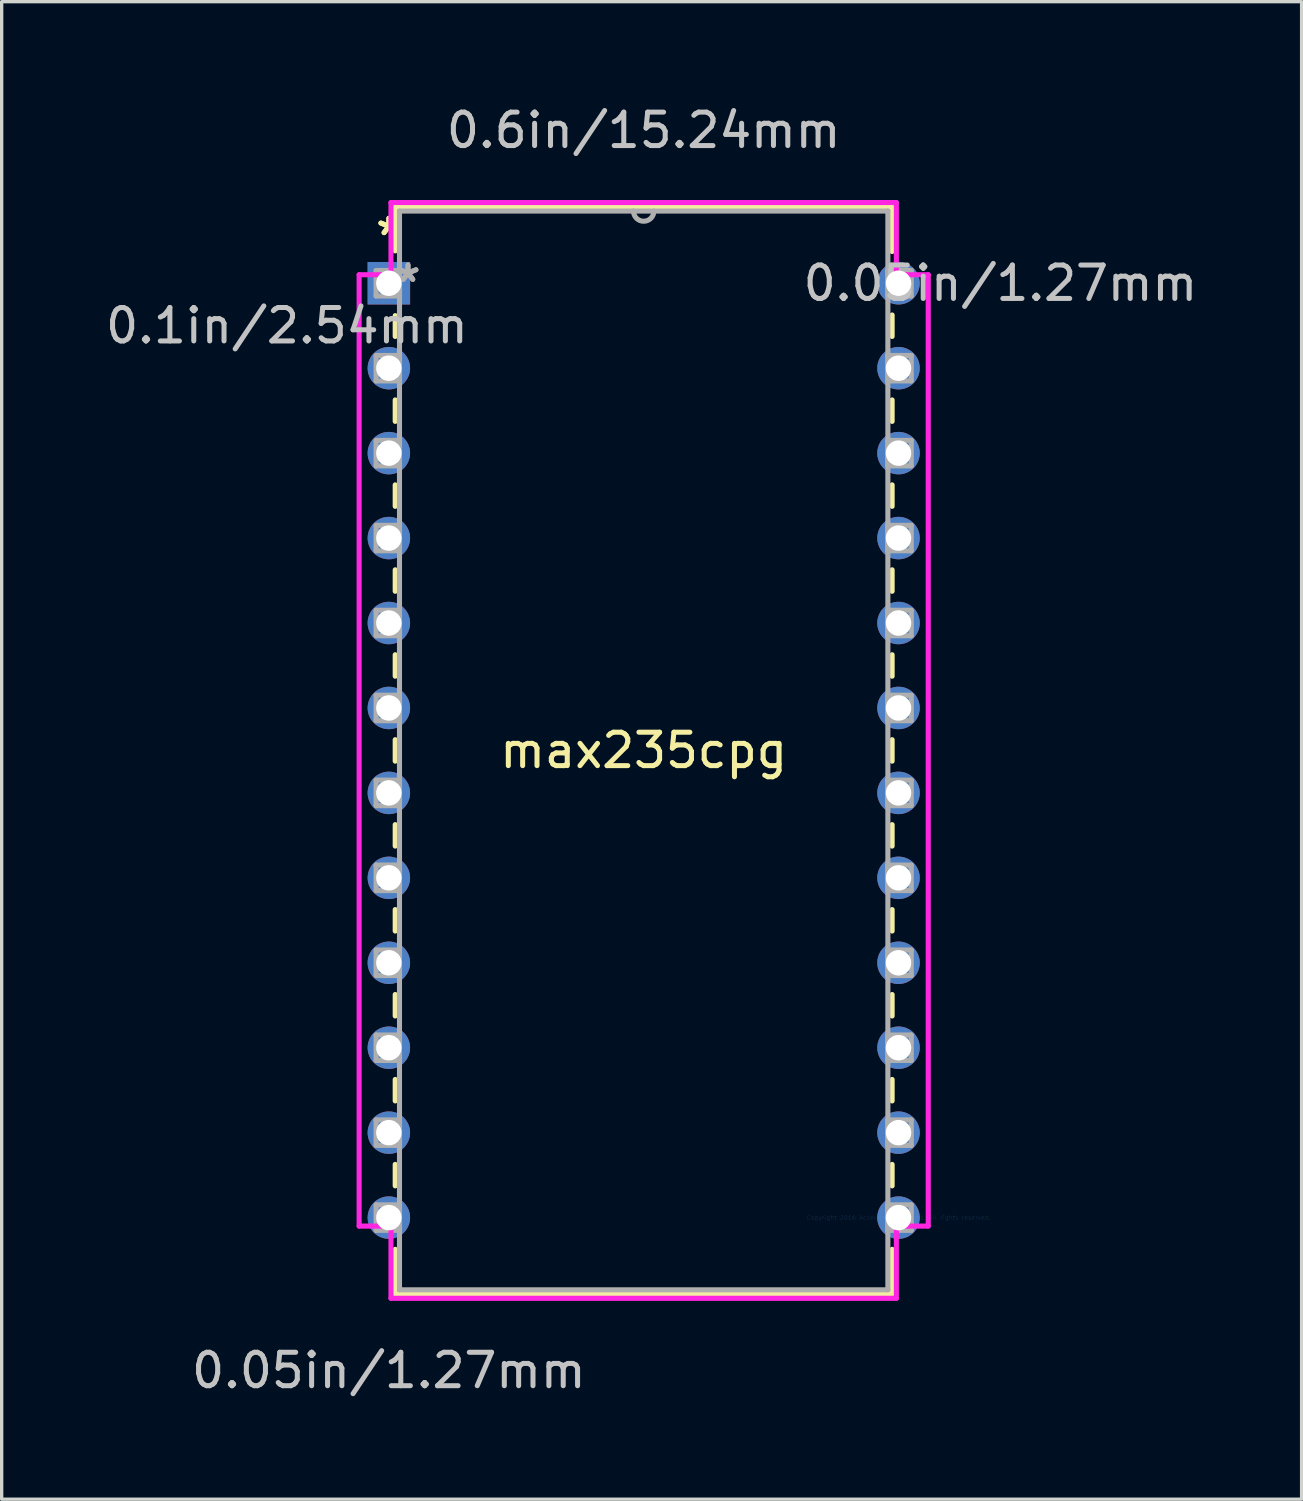
<source format=kicad_pcb>
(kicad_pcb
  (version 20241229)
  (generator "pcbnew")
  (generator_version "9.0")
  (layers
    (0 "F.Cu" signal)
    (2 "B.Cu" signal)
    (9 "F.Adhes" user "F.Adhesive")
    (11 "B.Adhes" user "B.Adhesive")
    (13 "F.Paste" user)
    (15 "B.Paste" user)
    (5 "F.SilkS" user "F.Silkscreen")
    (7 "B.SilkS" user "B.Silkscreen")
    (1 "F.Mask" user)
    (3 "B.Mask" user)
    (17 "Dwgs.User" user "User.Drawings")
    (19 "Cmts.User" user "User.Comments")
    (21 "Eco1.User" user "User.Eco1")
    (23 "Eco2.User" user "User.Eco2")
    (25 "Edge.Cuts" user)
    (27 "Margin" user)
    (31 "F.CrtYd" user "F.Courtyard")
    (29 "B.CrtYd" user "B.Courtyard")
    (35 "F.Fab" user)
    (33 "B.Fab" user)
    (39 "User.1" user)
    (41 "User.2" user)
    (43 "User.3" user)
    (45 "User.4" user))
  (footprint "max235cpg"
    (layer "F.Cu")
    (at 23.818 33.36)
    (property "Reference" "max235cpg" (at -7.62 -13.97 0) (layer "F.SilkS") (effects (font (size 1 1) (thickness 0.15))))
    (attr through_hole)
    (fp_line (start -15.05 -30.226) (end -15.05 -28.908) (stroke (width 0.152) (type solid)) (layer "F.SilkS"))
    (fp_line (start -15.05 -26.972) (end -15.05 -26.349) (stroke (width 0.152) (type solid)) (layer "F.SilkS"))
    (fp_line (start -15.05 -24.451) (end -15.05 -23.809) (stroke (width 0.152) (type solid)) (layer "F.SilkS"))
    (fp_line (start -15.05 -21.911) (end -15.05 -21.269) (stroke (width 0.152) (type solid)) (layer "F.SilkS"))
    (fp_line (start -15.05 -19.371) (end -15.05 -18.729) (stroke (width 0.152) (type solid)) (layer "F.SilkS"))
    (fp_line (start -15.05 -16.831) (end -15.05 -16.189) (stroke (width 0.152) (type solid)) (layer "F.SilkS"))
    (fp_line (start -15.05 -14.291) (end -15.05 -13.649) (stroke (width 0.152) (type solid)) (layer "F.SilkS"))
    (fp_line (start -15.05 -11.751) (end -15.05 -11.109) (stroke (width 0.152) (type solid)) (layer "F.SilkS"))
    (fp_line (start -15.05 -9.211) (end -15.05 -8.569) (stroke (width 0.152) (type solid)) (layer "F.SilkS"))
    (fp_line (start -15.05 -6.671) (end -15.05 -6.029) (stroke (width 0.152) (type solid)) (layer "F.SilkS"))
    (fp_line (start -15.05 -4.131) (end -15.05 -3.489) (stroke (width 0.152) (type solid)) (layer "F.SilkS"))
    (fp_line (start -15.05 -1.591) (end -15.05 -0.949) (stroke (width 0.152) (type solid)) (layer "F.SilkS"))
    (fp_line (start -15.05 0.949) (end -15.05 2.286) (stroke (width 0.152) (type solid)) (layer "F.SilkS"))
    (fp_line (start -15.05 2.286) (end -0.191 2.286) (stroke (width 0.152) (type solid)) (layer "F.SilkS"))
    (fp_line (start -0.191 -30.226) (end -15.05 -30.226) (stroke (width 0.152) (type solid)) (layer "F.SilkS"))
    (fp_line (start -0.191 -28.889) (end -0.191 -30.226) (stroke (width 0.152) (type solid)) (layer "F.SilkS"))
    (fp_line (start -0.191 -26.349) (end -0.191 -26.991) (stroke (width 0.152) (type solid)) (layer "F.SilkS"))
    (fp_line (start -0.191 -23.809) (end -0.191 -24.451) (stroke (width 0.152) (type solid)) (layer "F.SilkS"))
    (fp_line (start -0.191 -21.269) (end -0.191 -21.911) (stroke (width 0.152) (type solid)) (layer "F.SilkS"))
    (fp_line (start -0.191 -18.729) (end -0.191 -19.371) (stroke (width 0.152) (type solid)) (layer "F.SilkS"))
    (fp_line (start -0.191 -16.189) (end -0.191 -16.831) (stroke (width 0.152) (type solid)) (layer "F.SilkS"))
    (fp_line (start -0.191 -13.649) (end -0.191 -14.291) (stroke (width 0.152) (type solid)) (layer "F.SilkS"))
    (fp_line (start -0.191 -11.109) (end -0.191 -11.751) (stroke (width 0.152) (type solid)) (layer "F.SilkS"))
    (fp_line (start -0.191 -8.569) (end -0.191 -9.211) (stroke (width 0.152) (type solid)) (layer "F.SilkS"))
    (fp_line (start -0.191 -6.029) (end -0.191 -6.671) (stroke (width 0.152) (type solid)) (layer "F.SilkS"))
    (fp_line (start -0.191 -3.489) (end -0.191 -4.131) (stroke (width 0.152) (type solid)) (layer "F.SilkS"))
    (fp_line (start -0.191 -0.949) (end -0.191 -1.591) (stroke (width 0.152) (type solid)) (layer "F.SilkS"))
    (fp_line (start -0.191 2.286) (end -0.191 0.949) (stroke (width 0.152) (type solid)) (layer "F.SilkS"))
    (fp_line (start -16.129 -28.194) (end -16.129 0.254) (stroke (width 0.152) (type solid)) (layer "F.CrtYd"))
    (fp_line (start -16.129 0.254) (end -15.177 0.254) (stroke (width 0.152) (type solid)) (layer "F.CrtYd"))
    (fp_line (start -15.177 -30.353) (end -15.177 -28.194) (stroke (width 0.152) (type solid)) (layer "F.CrtYd"))
    (fp_line (start -15.177 -28.194) (end -16.129 -28.194) (stroke (width 0.152) (type solid)) (layer "F.CrtYd"))
    (fp_line (start -15.177 0.254) (end -15.177 2.413) (stroke (width 0.152) (type solid)) (layer "F.CrtYd"))
    (fp_line (start -15.177 2.413) (end -0.064 2.413) (stroke (width 0.152) (type solid)) (layer "F.CrtYd"))
    (fp_line (start -0.064 -30.353) (end -15.177 -30.353) (stroke (width 0.152) (type solid)) (layer "F.CrtYd"))
    (fp_line (start -0.064 -28.194) (end -0.064 -30.353) (stroke (width 0.152) (type solid)) (layer "F.CrtYd"))
    (fp_line (start -0.064 0.254) (end 0.889 0.254) (stroke (width 0.152) (type solid)) (layer "F.CrtYd"))
    (fp_line (start -0.064 2.413) (end -0.064 0.254) (stroke (width 0.152) (type solid)) (layer "F.CrtYd"))
    (fp_line (start 0.889 -28.194) (end -0.064 -28.194) (stroke (width 0.152) (type solid)) (layer "F.CrtYd"))
    (fp_line (start 0.889 0.254) (end 0.889 -28.194) (stroke (width 0.152) (type solid)) (layer "F.CrtYd"))
    (fp_line (start -15.621 -28.321) (end -15.621 -27.559) (stroke (width 0.152) (type solid)) (layer "F.Fab"))
    (fp_line (start -15.621 -27.559) (end -14.922 -27.559) (stroke (width 0.152) (type solid)) (layer "F.Fab"))
    (fp_line (start -15.621 -25.781) (end -15.621 -25.019) (stroke (width 0.152) (type solid)) (layer "F.Fab"))
    (fp_line (start -15.621 -25.019) (end -14.922 -25.019) (stroke (width 0.152) (type solid)) (layer "F.Fab"))
    (fp_line (start -15.621 -23.241) (end -15.621 -22.479) (stroke (width 0.152) (type solid)) (layer "F.Fab"))
    (fp_line (start -15.621 -22.479) (end -14.922 -22.479) (stroke (width 0.152) (type solid)) (layer "F.Fab"))
    (fp_line (start -15.621 -20.701) (end -15.621 -19.939) (stroke (width 0.152) (type solid)) (layer "F.Fab"))
    (fp_line (start -15.621 -19.939) (end -14.922 -19.939) (stroke (width 0.152) (type solid)) (layer "F.Fab"))
    (fp_line (start -15.621 -18.161) (end -15.621 -17.399) (stroke (width 0.152) (type solid)) (layer "F.Fab"))
    (fp_line (start -15.621 -17.399) (end -14.922 -17.399) (stroke (width 0.152) (type solid)) (layer "F.Fab"))
    (fp_line (start -15.621 -15.621) (end -15.621 -14.859) (stroke (width 0.152) (type solid)) (layer "F.Fab"))
    (fp_line (start -15.621 -14.859) (end -14.922 -14.859) (stroke (width 0.152) (type solid)) (layer "F.Fab"))
    (fp_line (start -15.621 -13.081) (end -15.621 -12.319) (stroke (width 0.152) (type solid)) (layer "F.Fab"))
    (fp_line (start -15.621 -12.319) (end -14.922 -12.319) (stroke (width 0.152) (type solid)) (layer "F.Fab"))
    (fp_line (start -15.621 -10.541) (end -15.621 -9.779) (stroke (width 0.152) (type solid)) (layer "F.Fab"))
    (fp_line (start -15.621 -9.779) (end -14.922 -9.779) (stroke (width 0.152) (type solid)) (layer "F.Fab"))
    (fp_line (start -15.621 -8.001) (end -15.621 -7.239) (stroke (width 0.152) (type solid)) (layer "F.Fab"))
    (fp_line (start -15.621 -7.239) (end -14.922 -7.239) (stroke (width 0.152) (type solid)) (layer "F.Fab"))
    (fp_line (start -15.621 -5.461) (end -15.621 -4.699) (stroke (width 0.152) (type solid)) (layer "F.Fab"))
    (fp_line (start -15.621 -4.699) (end -14.922 -4.699) (stroke (width 0.152) (type solid)) (layer "F.Fab"))
    (fp_line (start -15.621 -2.921) (end -15.621 -2.159) (stroke (width 0.152) (type solid)) (layer "F.Fab"))
    (fp_line (start -15.621 -2.159) (end -14.922 -2.159) (stroke (width 0.152) (type solid)) (layer "F.Fab"))
    (fp_line (start -15.621 -0.381) (end -15.621 0.381) (stroke (width 0.152) (type solid)) (layer "F.Fab"))
    (fp_line (start -15.621 0.381) (end -14.922 0.381) (stroke (width 0.152) (type solid)) (layer "F.Fab"))
    (fp_line (start -14.922 -30.099) (end -14.922 2.159) (stroke (width 0.152) (type solid)) (layer "F.Fab"))
    (fp_line (start -14.922 -28.321) (end -15.621 -28.321) (stroke (width 0.152) (type solid)) (layer "F.Fab"))
    (fp_line (start -14.922 -27.559) (end -14.922 -28.321) (stroke (width 0.152) (type solid)) (layer "F.Fab"))
    (fp_line (start -14.922 -25.781) (end -15.621 -25.781) (stroke (width 0.152) (type solid)) (layer "F.Fab"))
    (fp_line (start -14.922 -25.019) (end -14.922 -25.781) (stroke (width 0.152) (type solid)) (layer "F.Fab"))
    (fp_line (start -14.922 -23.241) (end -15.621 -23.241) (stroke (width 0.152) (type solid)) (layer "F.Fab"))
    (fp_line (start -14.922 -22.479) (end -14.922 -23.241) (stroke (width 0.152) (type solid)) (layer "F.Fab"))
    (fp_line (start -14.922 -20.701) (end -15.621 -20.701) (stroke (width 0.152) (type solid)) (layer "F.Fab"))
    (fp_line (start -14.922 -19.939) (end -14.922 -20.701) (stroke (width 0.152) (type solid)) (layer "F.Fab"))
    (fp_line (start -14.922 -18.161) (end -15.621 -18.161) (stroke (width 0.152) (type solid)) (layer "F.Fab"))
    (fp_line (start -14.922 -17.399) (end -14.922 -18.161) (stroke (width 0.152) (type solid)) (layer "F.Fab"))
    (fp_line (start -14.922 -15.621) (end -15.621 -15.621) (stroke (width 0.152) (type solid)) (layer "F.Fab"))
    (fp_line (start -14.922 -14.859) (end -14.922 -15.621) (stroke (width 0.152) (type solid)) (layer "F.Fab"))
    (fp_line (start -14.922 -13.081) (end -15.621 -13.081) (stroke (width 0.152) (type solid)) (layer "F.Fab"))
    (fp_line (start -14.922 -12.319) (end -14.922 -13.081) (stroke (width 0.152) (type solid)) (layer "F.Fab"))
    (fp_line (start -14.922 -10.541) (end -15.621 -10.541) (stroke (width 0.152) (type solid)) (layer "F.Fab"))
    (fp_line (start -14.922 -9.779) (end -14.922 -10.541) (stroke (width 0.152) (type solid)) (layer "F.Fab"))
    (fp_line (start -14.922 -8.001) (end -15.621 -8.001) (stroke (width 0.152) (type solid)) (layer "F.Fab"))
    (fp_line (start -14.922 -7.239) (end -14.922 -8.001) (stroke (width 0.152) (type solid)) (layer "F.Fab"))
    (fp_line (start -14.922 -5.461) (end -15.621 -5.461) (stroke (width 0.152) (type solid)) (layer "F.Fab"))
    (fp_line (start -14.922 -4.699) (end -14.922 -5.461) (stroke (width 0.152) (type solid)) (layer "F.Fab"))
    (fp_line (start -14.922 -2.921) (end -15.621 -2.921) (stroke (width 0.152) (type solid)) (layer "F.Fab"))
    (fp_line (start -14.922 -2.159) (end -14.922 -2.921) (stroke (width 0.152) (type solid)) (layer "F.Fab"))
    (fp_line (start -14.922 -0.381) (end -15.621 -0.381) (stroke (width 0.152) (type solid)) (layer "F.Fab"))
    (fp_line (start -14.922 0.381) (end -14.922 -0.381) (stroke (width 0.152) (type solid)) (layer "F.Fab"))
    (fp_line (start -14.922 2.159) (end -0.318 2.159) (stroke (width 0.152) (type solid)) (layer "F.Fab"))
    (fp_line (start -0.318 -30.099) (end -14.922 -30.099) (stroke (width 0.152) (type solid)) (layer "F.Fab"))
    (fp_line (start -0.318 -28.321) (end -0.318 -27.559) (stroke (width 0.152) (type solid)) (layer "F.Fab"))
    (fp_line (start -0.318 -27.559) (end 0.381 -27.559) (stroke (width 0.152) (type solid)) (layer "F.Fab"))
    (fp_line (start -0.318 -25.781) (end -0.318 -25.019) (stroke (width 0.152) (type solid)) (layer "F.Fab"))
    (fp_line (start -0.318 -25.019) (end 0.381 -25.019) (stroke (width 0.152) (type solid)) (layer "F.Fab"))
    (fp_line (start -0.318 -23.241) (end -0.318 -22.479) (stroke (width 0.152) (type solid)) (layer "F.Fab"))
    (fp_line (start -0.318 -22.479) (end 0.381 -22.479) (stroke (width 0.152) (type solid)) (layer "F.Fab"))
    (fp_line (start -0.318 -20.701) (end -0.318 -19.939) (stroke (width 0.152) (type solid)) (layer "F.Fab"))
    (fp_line (start -0.318 -19.939) (end 0.381 -19.939) (stroke (width 0.152) (type solid)) (layer "F.Fab"))
    (fp_line (start -0.318 -18.161) (end -0.318 -17.399) (stroke (width 0.152) (type solid)) (layer "F.Fab"))
    (fp_line (start -0.318 -17.399) (end 0.381 -17.399) (stroke (width 0.152) (type solid)) (layer "F.Fab"))
    (fp_line (start -0.318 -15.621) (end -0.318 -14.859) (stroke (width 0.152) (type solid)) (layer "F.Fab"))
    (fp_line (start -0.318 -14.859) (end 0.381 -14.859) (stroke (width 0.152) (type solid)) (layer "F.Fab"))
    (fp_line (start -0.318 -13.081) (end -0.318 -12.319) (stroke (width 0.152) (type solid)) (layer "F.Fab"))
    (fp_line (start -0.318 -12.319) (end 0.381 -12.319) (stroke (width 0.152) (type solid)) (layer "F.Fab"))
    (fp_line (start -0.318 -10.541) (end -0.318 -9.779) (stroke (width 0.152) (type solid)) (layer "F.Fab"))
    (fp_line (start -0.318 -9.779) (end 0.381 -9.779) (stroke (width 0.152) (type solid)) (layer "F.Fab"))
    (fp_line (start -0.318 -8.001) (end -0.318 -7.239) (stroke (width 0.152) (type solid)) (layer "F.Fab"))
    (fp_line (start -0.318 -7.239) (end 0.381 -7.239) (stroke (width 0.152) (type solid)) (layer "F.Fab"))
    (fp_line (start -0.318 -5.461) (end -0.318 -4.699) (stroke (width 0.152) (type solid)) (layer "F.Fab"))
    (fp_line (start -0.318 -4.699) (end 0.381 -4.699) (stroke (width 0.152) (type solid)) (layer "F.Fab"))
    (fp_line (start -0.318 -2.921) (end -0.318 -2.159) (stroke (width 0.152) (type solid)) (layer "F.Fab"))
    (fp_line (start -0.318 -2.159) (end 0.381 -2.159) (stroke (width 0.152) (type solid)) (layer "F.Fab"))
    (fp_line (start -0.318 -0.381) (end -0.318 0.381) (stroke (width 0.152) (type solid)) (layer "F.Fab"))
    (fp_line (start -0.318 0.381) (end 0.381 0.381) (stroke (width 0.152) (type solid)) (layer "F.Fab"))
    (fp_line (start -0.318 2.159) (end -0.318 -30.099) (stroke (width 0.152) (type solid)) (layer "F.Fab"))
    (fp_line (start 0.381 -28.321) (end -0.318 -28.321) (stroke (width 0.152) (type solid)) (layer "F.Fab"))
    (fp_line (start 0.381 -27.559) (end 0.381 -28.321) (stroke (width 0.152) (type solid)) (layer "F.Fab"))
    (fp_line (start 0.381 -25.781) (end -0.318 -25.781) (stroke (width 0.152) (type solid)) (layer "F.Fab"))
    (fp_line (start 0.381 -25.019) (end 0.381 -25.781) (stroke (width 0.152) (type solid)) (layer "F.Fab"))
    (fp_line (start 0.381 -23.241) (end -0.318 -23.241) (stroke (width 0.152) (type solid)) (layer "F.Fab"))
    (fp_line (start 0.381 -22.479) (end 0.381 -23.241) (stroke (width 0.152) (type solid)) (layer "F.Fab"))
    (fp_line (start 0.381 -20.701) (end -0.318 -20.701) (stroke (width 0.152) (type solid)) (layer "F.Fab"))
    (fp_line (start 0.381 -19.939) (end 0.381 -20.701) (stroke (width 0.152) (type solid)) (layer "F.Fab"))
    (fp_line (start 0.381 -18.161) (end -0.318 -18.161) (stroke (width 0.152) (type solid)) (layer "F.Fab"))
    (fp_line (start 0.381 -17.399) (end 0.381 -18.161) (stroke (width 0.152) (type solid)) (layer "F.Fab"))
    (fp_line (start 0.381 -15.621) (end -0.318 -15.621) (stroke (width 0.152) (type solid)) (layer "F.Fab"))
    (fp_line (start 0.381 -14.859) (end 0.381 -15.621) (stroke (width 0.152) (type solid)) (layer "F.Fab"))
    (fp_line (start 0.381 -13.081) (end -0.318 -13.081) (stroke (width 0.152) (type solid)) (layer "F.Fab"))
    (fp_line (start 0.381 -12.319) (end 0.381 -13.081) (stroke (width 0.152) (type solid)) (layer "F.Fab"))
    (fp_line (start 0.381 -10.541) (end -0.318 -10.541) (stroke (width 0.152) (type solid)) (layer "F.Fab"))
    (fp_line (start 0.381 -9.779) (end 0.381 -10.541) (stroke (width 0.152) (type solid)) (layer "F.Fab"))
    (fp_line (start 0.381 -8.001) (end -0.318 -8.001) (stroke (width 0.152) (type solid)) (layer "F.Fab"))
    (fp_line (start 0.381 -7.239) (end 0.381 -8.001) (stroke (width 0.152) (type solid)) (layer "F.Fab"))
    (fp_line (start 0.381 -5.461) (end -0.318 -5.461) (stroke (width 0.152) (type solid)) (layer "F.Fab"))
    (fp_line (start 0.381 -4.699) (end 0.381 -5.461) (stroke (width 0.152) (type solid)) (layer "F.Fab"))
    (fp_line (start 0.381 -2.921) (end -0.318 -2.921) (stroke (width 0.152) (type solid)) (layer "F.Fab"))
    (fp_line (start 0.381 -2.159) (end 0.381 -2.921) (stroke (width 0.152) (type solid)) (layer "F.Fab"))
    (fp_line (start 0.381 -0.381) (end -0.318 -0.381) (stroke (width 0.152) (type solid)) (layer "F.Fab"))
    (fp_line (start 0.381 0.381) (end 0.381 -0.381) (stroke (width 0.152) (type solid)) (layer "F.Fab"))
    (fp_arc (start -7.3152 -30.099) (mid -7.62 -29.7942) (end -7.9248 -30.099) (stroke (width 0.1524) (type solid)) (layer "F.Fab"))
    (fp_text user "*" (at -15.24 -29.337 0) (layer "F.SilkS") (effects (font (size 1 1) (thickness 0.15))))
    (fp_text user "*" (at -15.24 -29.337 0) (layer "F.SilkS") (effects (font (size 1 1) (thickness 0.15))))
    (fp_text user "0.05in/1.27mm" (at 3.048 -27.94 0) (layer "Dwgs.User") (effects (font (size 1 1) (thickness 0.15))))
    (fp_text user "0.6in/15.24mm" (at -7.62 -32.512 0) (layer "Dwgs.User") (effects (font (size 1 1) (thickness 0.15))))
    (fp_text user "0.1in/2.54mm" (at -18.288 -26.67 0) (layer "Dwgs.User") (effects (font (size 1 1) (thickness 0.15))))
    (fp_text user "0.05in/1.27mm" (at -15.24 4.572 0) (layer "Dwgs.User") (effects (font (size 1 1) (thickness 0.15))))
    (fp_text user "Copyright 2016 Accelerated Designs. All rights reserved." (at 0 0 0) (layer "Cmts.User") (effects (font (size 0.127 0.127) (thickness 0.002))))
    (fp_text user "*" (at -14.668 -27.94 0) (layer "F.Fab") (effects (font (size 1 1) (thickness 0.15))))
    (fp_text user "*" (at -14.668 -27.94 0) (layer "F.Fab") (effects (font (size 1 1) (thickness 0.15))))
    (pad "1" thru_hole rect (at -15.24 -27.94) (size 1.27 1.27) (drill 0.762) (layers "*.Cu" "*.Mask"))
    (pad "2" thru_hole circle (at -15.24 -25.4) (size 1.27 1.27) (drill 0.762) (layers "*.Cu" "*.Mask"))
    (pad "3" thru_hole circle (at -15.24 -22.86) (size 1.27 1.27) (drill 0.762) (layers "*.Cu" "*.Mask"))
    (pad "4" thru_hole circle (at -15.24 -20.32) (size 1.27 1.27) (drill 0.762) (layers "*.Cu" "*.Mask"))
    (pad "5" thru_hole circle (at -15.24 -17.78) (size 1.27 1.27) (drill 0.762) (layers "*.Cu" "*.Mask"))
    (pad "6" thru_hole circle (at -15.24 -15.24) (size 1.27 1.27) (drill 0.762) (layers "*.Cu" "*.Mask"))
    (pad "7" thru_hole circle (at -15.24 -12.7) (size 1.27 1.27) (drill 0.762) (layers "*.Cu" "*.Mask"))
    (pad "8" thru_hole circle (at -15.24 -10.16) (size 1.27 1.27) (drill 0.762) (layers "*.Cu" "*.Mask"))
    (pad "9" thru_hole circle (at -15.24 -7.62) (size 1.27 1.27) (drill 0.762) (layers "*.Cu" "*.Mask"))
    (pad "10" thru_hole circle (at -15.24 -5.08) (size 1.27 1.27) (drill 0.762) (layers "*.Cu" "*.Mask"))
    (pad "11" thru_hole circle (at -15.24 -2.54) (size 1.27 1.27) (drill 0.762) (layers "*.Cu" "*.Mask"))
    (pad "12" thru_hole circle (at -15.24 0) (size 1.27 1.27) (drill 0.762) (layers "*.Cu" "*.Mask"))
    (pad "13" thru_hole circle (at 0 0) (size 1.27 1.27) (drill 0.762) (layers "*.Cu" "*.Mask"))
    (pad "14" thru_hole circle (at 0 -2.54) (size 1.27 1.27) (drill 0.762) (layers "*.Cu" "*.Mask"))
    (pad "15" thru_hole circle (at 0 -5.08) (size 1.27 1.27) (drill 0.762) (layers "*.Cu" "*.Mask"))
    (pad "16" thru_hole circle (at 0 -7.62) (size 1.27 1.27) (drill 0.762) (layers "*.Cu" "*.Mask"))
    (pad "17" thru_hole circle (at 0 -10.16) (size 1.27 1.27) (drill 0.762) (layers "*.Cu" "*.Mask"))
    (pad "18" thru_hole circle (at 0 -12.7) (size 1.27 1.27) (drill 0.762) (layers "*.Cu" "*.Mask"))
    (pad "19" thru_hole circle (at 0 -15.24) (size 1.27 1.27) (drill 0.762) (layers "*.Cu" "*.Mask"))
    (pad "20" thru_hole circle (at 0 -17.78) (size 1.27 1.27) (drill 0.762) (layers "*.Cu" "*.Mask"))
    (pad "21" thru_hole circle (at 0 -20.32) (size 1.27 1.27) (drill 0.762) (layers "*.Cu" "*.Mask"))
    (pad "22" thru_hole circle (at 0 -22.86) (size 1.27 1.27) (drill 0.762) (layers "*.Cu" "*.Mask"))
    (pad "23" thru_hole circle (at 0 -25.4) (size 1.27 1.27) (drill 0.762) (layers "*.Cu" "*.Mask"))
    (pad "24" thru_hole circle (at 0 -27.94) (size 1.27 1.27) (drill 0.762) (layers "*.Cu" "*.Mask")))
  (gr_rect
    (start -3 -3)
    (end 35.872 41.781)
    (stroke (width 0.1) (type default))
    (fill no)
    (layer "Edge.Cuts")))
</source>
